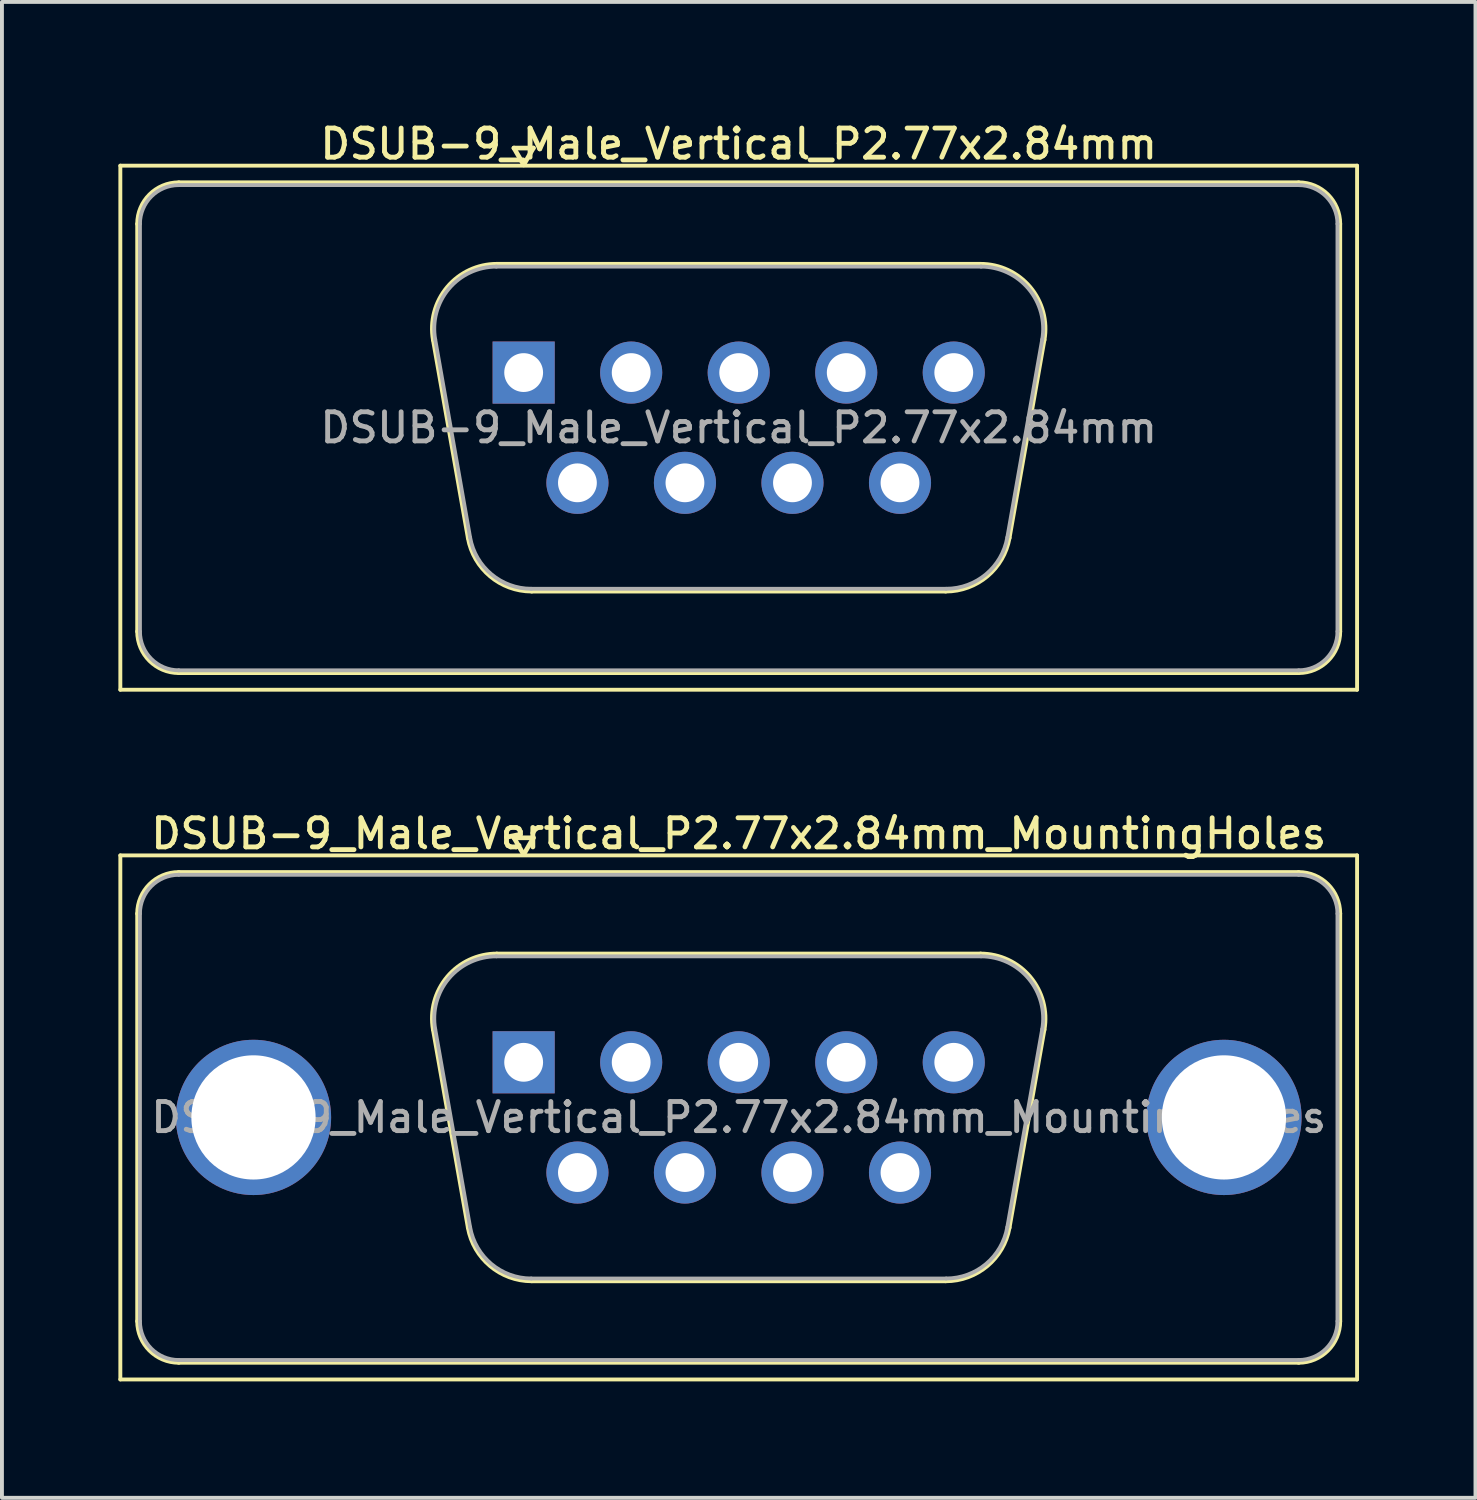
<source format=kicad_pcb>
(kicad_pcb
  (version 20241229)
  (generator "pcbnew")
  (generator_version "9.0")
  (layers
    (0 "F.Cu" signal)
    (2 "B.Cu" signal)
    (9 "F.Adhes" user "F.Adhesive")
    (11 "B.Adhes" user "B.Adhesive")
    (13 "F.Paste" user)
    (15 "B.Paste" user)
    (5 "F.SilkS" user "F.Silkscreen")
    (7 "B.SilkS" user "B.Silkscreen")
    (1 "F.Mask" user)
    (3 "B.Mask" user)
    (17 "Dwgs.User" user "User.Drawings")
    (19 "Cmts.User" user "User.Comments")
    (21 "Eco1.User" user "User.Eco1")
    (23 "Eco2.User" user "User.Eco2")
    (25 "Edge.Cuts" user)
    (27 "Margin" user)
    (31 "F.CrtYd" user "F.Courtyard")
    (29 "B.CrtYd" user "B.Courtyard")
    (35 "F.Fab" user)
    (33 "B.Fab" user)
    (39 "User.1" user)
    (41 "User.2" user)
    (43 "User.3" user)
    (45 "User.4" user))
  (footprint "DSUB-9_Male_Vertical_P2.77x2.84mm_MountingHoles"
    (layer "F.Cu")
    (at 10.44 24.316)
    (property "Reference" "DSUB-9_Male_Vertical_P2.77x2.84mm_MountingHoles" (at 5.54 -5.89 0) (layer "F.SilkS") (effects (font (size 0.75 0.75) (thickness 0.125))))
    (attr through_hole)
    (fp_line (start -10.39 -5.33) (end -10.39 8.17) (stroke (width 0.1) (type solid)) (layer "F.SilkS"))
    (fp_line (start -10.39 8.17) (end 21.47 8.17) (stroke (width 0.1) (type solid)) (layer "F.SilkS"))
    (fp_line (start -9.945 6.67) (end -9.945 -3.83) (stroke (width 0.12) (type solid)) (layer "F.SilkS"))
    (fp_line (start -8.885 -4.89) (end 19.965 -4.89) (stroke (width 0.12) (type solid)) (layer "F.SilkS"))
    (fp_line (start -2.326 -0.842) (end -1.427 4.258) (stroke (width 0.12) (type solid)) (layer "F.SilkS"))
    (fp_line (start -0.692 -2.79) (end 11.772 -2.79) (stroke (width 0.12) (type solid)) (layer "F.SilkS"))
    (fp_line (start -0.25 -5.784) (end 0.25 -5.784) (stroke (width 0.12) (type solid)) (layer "F.SilkS"))
    (fp_line (start 0 -5.351) (end -0.25 -5.784) (stroke (width 0.12) (type solid)) (layer "F.SilkS"))
    (fp_line (start 0.208 5.63) (end 10.872 5.63) (stroke (width 0.12) (type solid)) (layer "F.SilkS"))
    (fp_line (start 0.25 -5.784) (end 0 -5.351) (stroke (width 0.12) (type solid)) (layer "F.SilkS"))
    (fp_line (start 13.406 -0.842) (end 12.507 4.258) (stroke (width 0.12) (type solid)) (layer "F.SilkS"))
    (fp_line (start 19.965 7.73) (end -8.885 7.73) (stroke (width 0.12) (type solid)) (layer "F.SilkS"))
    (fp_line (start 21.025 -3.83) (end 21.025 6.67) (stroke (width 0.12) (type solid)) (layer "F.SilkS"))
    (fp_line (start 21.47 -5.33) (end -10.39 -5.33) (stroke (width 0.1) (type solid)) (layer "F.SilkS"))
    (fp_line (start 21.47 8.17) (end 21.47 -5.33) (stroke (width 0.1) (type solid)) (layer "F.SilkS"))
    (fp_arc (start -9.945 -3.83) (mid -9.634533 -4.579533) (end -8.885 -4.89) (stroke (width 0.12) (type solid)) (layer "F.SilkS"))
    (fp_arc (start -8.885 7.73) (mid -9.634533 7.419533) (end -9.945 6.67) (stroke (width 0.12) (type solid)) (layer "F.SilkS"))
    (fp_arc (start -2.32647 -0.841744) (mid -1.963323 -2.197027) (end -0.691689 -2.79) (stroke (width 0.12) (type solid)) (layer "F.SilkS"))
    (fp_arc (start 0.207579 5.63) (mid -0.859449 5.241634) (end -1.427202 4.258256) (stroke (width 0.12) (type solid)) (layer "F.SilkS"))
    (fp_arc (start 11.771689 -2.79) (mid 13.043323 -2.197027) (end 13.40647 -0.841744) (stroke (width 0.12) (type solid)) (layer "F.SilkS"))
    (fp_arc (start 12.507202 4.258256) (mid 11.939449 5.241634) (end 10.872421 5.63) (stroke (width 0.12) (type solid)) (layer "F.SilkS"))
    (fp_arc (start 19.965 -4.89) (mid 20.714533 -4.579533) (end 21.025 -3.83) (stroke (width 0.12) (type solid)) (layer "F.SilkS"))
    (fp_arc (start 21.025 6.67) (mid 20.714533 7.419533) (end 19.965 7.73) (stroke (width 0.12) (type solid)) (layer "F.SilkS"))
    (fp_line (start -9.885 6.67) (end -9.885 -3.83) (stroke (width 0.1) (type solid)) (layer "F.Fab"))
    (fp_line (start -8.885 -4.83) (end 19.965 -4.83) (stroke (width 0.1) (type solid)) (layer "F.Fab"))
    (fp_line (start -2.279 -0.852) (end -1.38 4.248) (stroke (width 0.1) (type solid)) (layer "F.Fab"))
    (fp_line (start -0.703 -2.73) (end 11.783 -2.73) (stroke (width 0.1) (type solid)) (layer "F.Fab"))
    (fp_line (start 0.196 5.57) (end 10.884 5.57) (stroke (width 0.1) (type solid)) (layer "F.Fab"))
    (fp_line (start 13.359 -0.852) (end 12.46 4.248) (stroke (width 0.1) (type solid)) (layer "F.Fab"))
    (fp_line (start 19.965 7.67) (end -8.885 7.67) (stroke (width 0.1) (type solid)) (layer "F.Fab"))
    (fp_line (start 20.965 -3.83) (end 20.965 6.67) (stroke (width 0.1) (type solid)) (layer "F.Fab"))
    (fp_arc (start -9.885 -3.83) (mid -9.592107 -4.537107) (end -8.885 -4.83) (stroke (width 0.1) (type solid)) (layer "F.Fab"))
    (fp_arc (start -8.885 7.67) (mid -9.592107 7.377107) (end -9.885 6.67) (stroke (width 0.1) (type solid)) (layer "F.Fab"))
    (fp_arc (start -2.278887 -0.852163) (mid -1.928865 -2.15846) (end -0.703194 -2.73) (stroke (width 0.1) (type solid)) (layer "F.Fab"))
    (fp_arc (start 0.196073 5.57) (mid -0.832387 5.195671) (end -1.379619 4.247837) (stroke (width 0.1) (type solid)) (layer "F.Fab"))
    (fp_arc (start 11.783194 -2.73) (mid 13.008865 -2.15846) (end 13.358887 -0.852163) (stroke (width 0.1) (type solid)) (layer "F.Fab"))
    (fp_arc (start 12.459619 4.247837) (mid 11.912387 5.195671) (end 10.883927 5.57) (stroke (width 0.1) (type solid)) (layer "F.Fab"))
    (fp_arc (start 19.965 -4.83) (mid 20.672107 -4.537107) (end 20.965 -3.83) (stroke (width 0.1) (type solid)) (layer "F.Fab"))
    (fp_arc (start 20.965 6.67) (mid 20.672107 7.377107) (end 19.965 7.67) (stroke (width 0.1) (type solid)) (layer "F.Fab"))
    (fp_text user "${REFERENCE}" (at 5.54 1.42 0) (layer "F.Fab") (effects (font (size 0.75 0.75) (thickness 0.125))))
    (pad "0" thru_hole circle (at -6.96 1.42) (size 4 4) (drill 3.2) (layers "*.Cu" "*.Mask"))
    (pad "0" thru_hole circle (at 18.04 1.42) (size 4 4) (drill 3.2) (layers "*.Cu" "*.Mask"))
    (pad "1" thru_hole rect (at 0 0) (size 1.6 1.6) (drill 1) (layers "*.Cu" "*.Mask"))
    (pad "2" thru_hole circle (at 2.77 0) (size 1.6 1.6) (drill 1) (layers "*.Cu" "*.Mask"))
    (pad "3" thru_hole circle (at 5.54 0) (size 1.6 1.6) (drill 1) (layers "*.Cu" "*.Mask"))
    (pad "4" thru_hole circle (at 8.31 0) (size 1.6 1.6) (drill 1) (layers "*.Cu" "*.Mask"))
    (pad "5" thru_hole circle (at 11.08 0) (size 1.6 1.6) (drill 1) (layers "*.Cu" "*.Mask"))
    (pad "6" thru_hole circle (at 1.385 2.84) (size 1.6 1.6) (drill 1) (layers "*.Cu" "*.Mask"))
    (pad "7" thru_hole circle (at 4.155 2.84) (size 1.6 1.6) (drill 1) (layers "*.Cu" "*.Mask"))
    (pad "8" thru_hole circle (at 6.925 2.84) (size 1.6 1.6) (drill 1) (layers "*.Cu" "*.Mask"))
    (pad "9" thru_hole circle (at 9.695 2.84) (size 1.6 1.6) (drill 1) (layers "*.Cu" "*.Mask")))
  (footprint "DSUB-9_Male_Vertical_P2.77x2.84mm"
    (layer "F.Cu")
    (at 10.44 6.548)
    (property "Reference" "DSUB-9_Male_Vertical_P2.77x2.84mm" (at 5.54 -5.89 0) (layer "F.SilkS") (effects (font (size 0.75 0.75) (thickness 0.125))))
    (attr through_hole)
    (fp_line (start -10.39 -5.33) (end -10.39 8.17) (stroke (width 0.1) (type solid)) (layer "F.SilkS"))
    (fp_line (start -10.39 8.17) (end 21.47 8.17) (stroke (width 0.1) (type solid)) (layer "F.SilkS"))
    (fp_line (start -9.945 6.67) (end -9.945 -3.83) (stroke (width 0.12) (type solid)) (layer "F.SilkS"))
    (fp_line (start -8.885 -4.89) (end 19.965 -4.89) (stroke (width 0.12) (type solid)) (layer "F.SilkS"))
    (fp_line (start -2.326 -0.842) (end -1.427 4.258) (stroke (width 0.12) (type solid)) (layer "F.SilkS"))
    (fp_line (start -0.692 -2.79) (end 11.772 -2.79) (stroke (width 0.12) (type solid)) (layer "F.SilkS"))
    (fp_line (start -0.25 -5.784) (end 0.25 -5.784) (stroke (width 0.12) (type solid)) (layer "F.SilkS"))
    (fp_line (start 0 -5.351) (end -0.25 -5.784) (stroke (width 0.12) (type solid)) (layer "F.SilkS"))
    (fp_line (start 0.208 5.63) (end 10.872 5.63) (stroke (width 0.12) (type solid)) (layer "F.SilkS"))
    (fp_line (start 0.25 -5.784) (end 0 -5.351) (stroke (width 0.12) (type solid)) (layer "F.SilkS"))
    (fp_line (start 13.406 -0.842) (end 12.507 4.258) (stroke (width 0.12) (type solid)) (layer "F.SilkS"))
    (fp_line (start 19.965 7.73) (end -8.885 7.73) (stroke (width 0.12) (type solid)) (layer "F.SilkS"))
    (fp_line (start 21.025 -3.83) (end 21.025 6.67) (stroke (width 0.12) (type solid)) (layer "F.SilkS"))
    (fp_line (start 21.47 -5.33) (end -10.39 -5.33) (stroke (width 0.1) (type solid)) (layer "F.SilkS"))
    (fp_line (start 21.47 8.17) (end 21.47 -5.33) (stroke (width 0.1) (type solid)) (layer "F.SilkS"))
    (fp_arc (start -9.945 -3.83) (mid -9.634533 -4.579533) (end -8.885 -4.89) (stroke (width 0.12) (type solid)) (layer "F.SilkS"))
    (fp_arc (start -8.885 7.73) (mid -9.634533 7.419533) (end -9.945 6.67) (stroke (width 0.12) (type solid)) (layer "F.SilkS"))
    (fp_arc (start -2.32647 -0.841744) (mid -1.963323 -2.197027) (end -0.691689 -2.79) (stroke (width 0.12) (type solid)) (layer "F.SilkS"))
    (fp_arc (start 0.207579 5.63) (mid -0.859449 5.241634) (end -1.427202 4.258256) (stroke (width 0.12) (type solid)) (layer "F.SilkS"))
    (fp_arc (start 11.771689 -2.79) (mid 13.043323 -2.197027) (end 13.40647 -0.841744) (stroke (width 0.12) (type solid)) (layer "F.SilkS"))
    (fp_arc (start 12.507202 4.258256) (mid 11.939449 5.241634) (end 10.872421 5.63) (stroke (width 0.12) (type solid)) (layer "F.SilkS"))
    (fp_arc (start 19.965 -4.89) (mid 20.714533 -4.579533) (end 21.025 -3.83) (stroke (width 0.12) (type solid)) (layer "F.SilkS"))
    (fp_arc (start 21.025 6.67) (mid 20.714533 7.419533) (end 19.965 7.73) (stroke (width 0.12) (type solid)) (layer "F.SilkS"))
    (fp_line (start -9.885 6.67) (end -9.885 -3.83) (stroke (width 0.1) (type solid)) (layer "F.Fab"))
    (fp_line (start -8.885 -4.83) (end 19.965 -4.83) (stroke (width 0.1) (type solid)) (layer "F.Fab"))
    (fp_line (start -2.279 -0.852) (end -1.38 4.248) (stroke (width 0.1) (type solid)) (layer "F.Fab"))
    (fp_line (start -0.703 -2.73) (end 11.783 -2.73) (stroke (width 0.1) (type solid)) (layer "F.Fab"))
    (fp_line (start 0.196 5.57) (end 10.884 5.57) (stroke (width 0.1) (type solid)) (layer "F.Fab"))
    (fp_line (start 13.359 -0.852) (end 12.46 4.248) (stroke (width 0.1) (type solid)) (layer "F.Fab"))
    (fp_line (start 19.965 7.67) (end -8.885 7.67) (stroke (width 0.1) (type solid)) (layer "F.Fab"))
    (fp_line (start 20.965 -3.83) (end 20.965 6.67) (stroke (width 0.1) (type solid)) (layer "F.Fab"))
    (fp_arc (start -9.885 -3.83) (mid -9.592107 -4.537107) (end -8.885 -4.83) (stroke (width 0.1) (type solid)) (layer "F.Fab"))
    (fp_arc (start -8.885 7.67) (mid -9.592107 7.377107) (end -9.885 6.67) (stroke (width 0.1) (type solid)) (layer "F.Fab"))
    (fp_arc (start -2.278887 -0.852163) (mid -1.928865 -2.15846) (end -0.703194 -2.73) (stroke (width 0.1) (type solid)) (layer "F.Fab"))
    (fp_arc (start 0.196073 5.57) (mid -0.832387 5.195671) (end -1.379619 4.247837) (stroke (width 0.1) (type solid)) (layer "F.Fab"))
    (fp_arc (start 11.783194 -2.73) (mid 13.008865 -2.15846) (end 13.358887 -0.852163) (stroke (width 0.1) (type solid)) (layer "F.Fab"))
    (fp_arc (start 12.459619 4.247837) (mid 11.912387 5.195671) (end 10.883927 5.57) (stroke (width 0.1) (type solid)) (layer "F.Fab"))
    (fp_arc (start 19.965 -4.83) (mid 20.672107 -4.537107) (end 20.965 -3.83) (stroke (width 0.1) (type solid)) (layer "F.Fab"))
    (fp_arc (start 20.965 6.67) (mid 20.672107 7.377107) (end 19.965 7.67) (stroke (width 0.1) (type solid)) (layer "F.Fab"))
    (fp_text user "${REFERENCE}" (at 5.54 1.42 0) (layer "F.Fab") (effects (font (size 0.75 0.75) (thickness 0.125))))
    (pad "1" thru_hole rect (at 0 0) (size 1.6 1.6) (drill 1) (layers "*.Cu" "*.Mask"))
    (pad "2" thru_hole circle (at 2.77 0) (size 1.6 1.6) (drill 1) (layers "*.Cu" "*.Mask"))
    (pad "3" thru_hole circle (at 5.54 0) (size 1.6 1.6) (drill 1) (layers "*.Cu" "*.Mask"))
    (pad "4" thru_hole circle (at 8.31 0) (size 1.6 1.6) (drill 1) (layers "*.Cu" "*.Mask"))
    (pad "5" thru_hole circle (at 11.08 0) (size 1.6 1.6) (drill 1) (layers "*.Cu" "*.Mask"))
    (pad "6" thru_hole circle (at 1.385 2.84) (size 1.6 1.6) (drill 1) (layers "*.Cu" "*.Mask"))
    (pad "7" thru_hole circle (at 4.155 2.84) (size 1.6 1.6) (drill 1) (layers "*.Cu" "*.Mask"))
    (pad "8" thru_hole circle (at 6.925 2.84) (size 1.6 1.6) (drill 1) (layers "*.Cu" "*.Mask"))
    (pad "9" thru_hole circle (at 9.695 2.84) (size 1.6 1.6) (drill 1) (layers "*.Cu" "*.Mask")))
  (gr_rect
    (start -3 -3)
    (end 34.96 35.536)
    (stroke (width 0.1) (type default))
    (fill no)
    (layer "Edge.Cuts")))
</source>
